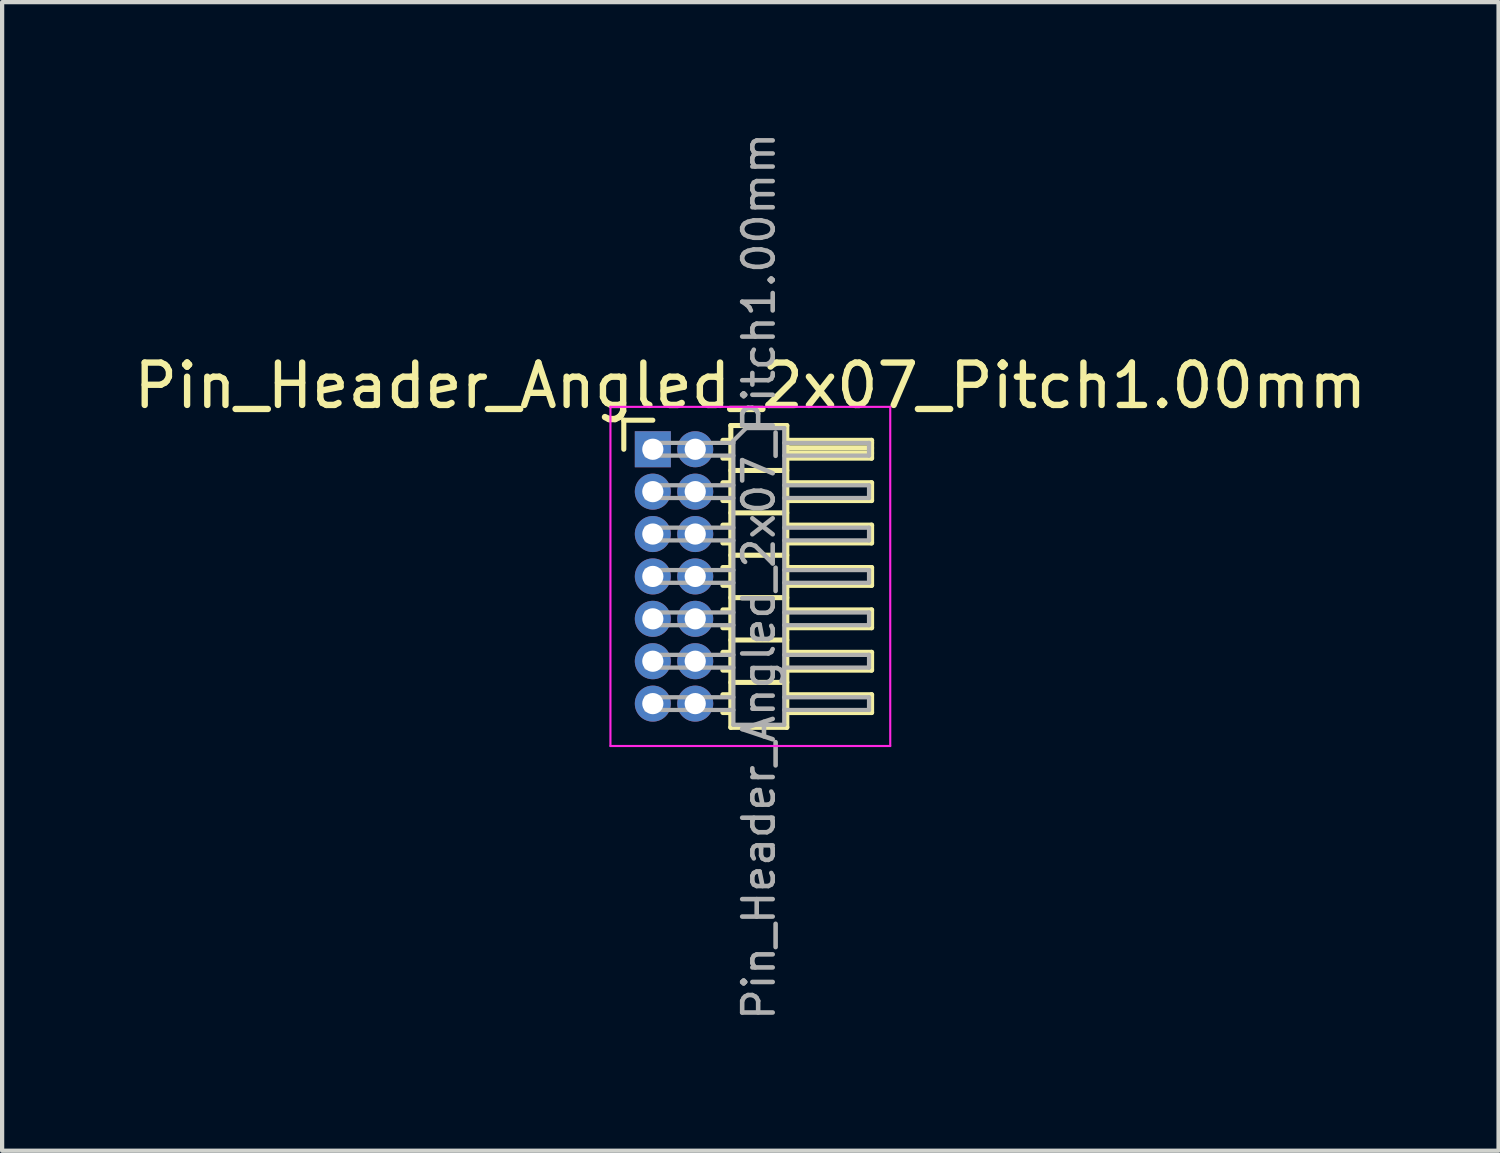
<source format=kicad_pcb>
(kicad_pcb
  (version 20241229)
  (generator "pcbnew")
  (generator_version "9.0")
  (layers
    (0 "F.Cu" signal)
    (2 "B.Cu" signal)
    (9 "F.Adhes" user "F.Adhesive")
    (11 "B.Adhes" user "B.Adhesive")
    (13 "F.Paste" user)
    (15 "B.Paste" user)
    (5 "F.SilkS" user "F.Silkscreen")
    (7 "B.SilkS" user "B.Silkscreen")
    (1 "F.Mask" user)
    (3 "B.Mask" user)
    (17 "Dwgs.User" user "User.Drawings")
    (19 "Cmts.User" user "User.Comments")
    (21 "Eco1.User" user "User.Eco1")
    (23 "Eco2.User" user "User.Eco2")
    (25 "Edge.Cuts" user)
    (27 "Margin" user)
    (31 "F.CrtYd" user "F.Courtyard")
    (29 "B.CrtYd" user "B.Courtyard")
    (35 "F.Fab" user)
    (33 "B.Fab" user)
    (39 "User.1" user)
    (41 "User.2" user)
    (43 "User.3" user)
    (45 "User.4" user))
  (footprint "Pin_Header_Angled_2x07_Pitch1.00mm"
    (layer "F.Cu")
    (at 12.349 7.547)
    (property "Reference" "Pin_Header_Angled_2x07_Pitch1.00mm" (at 2.3 -1.5 0) (layer "F.SilkS") (effects (font (size 1 1) (thickness 0.15))))
    (attr through_hole)
    (fp_line (start -0.685 -0.685) (end 0 -0.685) (stroke (width 0.12) (type solid)) (layer "F.SilkS"))
    (fp_line (start -0.685 0) (end -0.685 -0.685) (stroke (width 0.12) (type solid)) (layer "F.SilkS"))
    (fp_line (start 1.652 -0.21) (end 1.84 -0.21) (stroke (width 0.12) (type solid)) (layer "F.SilkS"))
    (fp_line (start 1.652 0.21) (end 1.84 0.21) (stroke (width 0.12) (type solid)) (layer "F.SilkS"))
    (fp_line (start 1.652 0.79) (end 1.84 0.79) (stroke (width 0.12) (type solid)) (layer "F.SilkS"))
    (fp_line (start 1.652 1.21) (end 1.84 1.21) (stroke (width 0.12) (type solid)) (layer "F.SilkS"))
    (fp_line (start 1.652 1.79) (end 1.84 1.79) (stroke (width 0.12) (type solid)) (layer "F.SilkS"))
    (fp_line (start 1.652 2.21) (end 1.84 2.21) (stroke (width 0.12) (type solid)) (layer "F.SilkS"))
    (fp_line (start 1.652 2.79) (end 1.84 2.79) (stroke (width 0.12) (type solid)) (layer "F.SilkS"))
    (fp_line (start 1.652 3.21) (end 1.84 3.21) (stroke (width 0.12) (type solid)) (layer "F.SilkS"))
    (fp_line (start 1.652 3.79) (end 1.84 3.79) (stroke (width 0.12) (type solid)) (layer "F.SilkS"))
    (fp_line (start 1.652 4.21) (end 1.84 4.21) (stroke (width 0.12) (type solid)) (layer "F.SilkS"))
    (fp_line (start 1.652 4.79) (end 1.84 4.79) (stroke (width 0.12) (type solid)) (layer "F.SilkS"))
    (fp_line (start 1.652 5.21) (end 1.84 5.21) (stroke (width 0.12) (type solid)) (layer "F.SilkS"))
    (fp_line (start 1.652 5.79) (end 1.84 5.79) (stroke (width 0.12) (type solid)) (layer "F.SilkS"))
    (fp_line (start 1.652 6.21) (end 1.84 6.21) (stroke (width 0.12) (type solid)) (layer "F.SilkS"))
    (fp_line (start 1.84 -0.56) (end 1.84 6.56) (stroke (width 0.12) (type solid)) (layer "F.SilkS"))
    (fp_line (start 1.84 0.5) (end 3.16 0.5) (stroke (width 0.12) (type solid)) (layer "F.SilkS"))
    (fp_line (start 1.84 1.5) (end 3.16 1.5) (stroke (width 0.12) (type solid)) (layer "F.SilkS"))
    (fp_line (start 1.84 2.5) (end 3.16 2.5) (stroke (width 0.12) (type solid)) (layer "F.SilkS"))
    (fp_line (start 1.84 3.5) (end 3.16 3.5) (stroke (width 0.12) (type solid)) (layer "F.SilkS"))
    (fp_line (start 1.84 4.5) (end 3.16 4.5) (stroke (width 0.12) (type solid)) (layer "F.SilkS"))
    (fp_line (start 1.84 5.5) (end 3.16 5.5) (stroke (width 0.12) (type solid)) (layer "F.SilkS"))
    (fp_line (start 1.84 6.56) (end 3.16 6.56) (stroke (width 0.12) (type solid)) (layer "F.SilkS"))
    (fp_line (start 3.16 -0.56) (end 1.84 -0.56) (stroke (width 0.12) (type solid)) (layer "F.SilkS"))
    (fp_line (start 3.16 -0.21) (end 5.16 -0.21) (stroke (width 0.12) (type solid)) (layer "F.SilkS"))
    (fp_line (start 3.16 -0.15) (end 5.16 -0.15) (stroke (width 0.12) (type solid)) (layer "F.SilkS"))
    (fp_line (start 3.16 -0.03) (end 5.16 -0.03) (stroke (width 0.12) (type solid)) (layer "F.SilkS"))
    (fp_line (start 3.16 0.09) (end 5.16 0.09) (stroke (width 0.12) (type solid)) (layer "F.SilkS"))
    (fp_line (start 3.16 0.79) (end 5.16 0.79) (stroke (width 0.12) (type solid)) (layer "F.SilkS"))
    (fp_line (start 3.16 1.79) (end 5.16 1.79) (stroke (width 0.12) (type solid)) (layer "F.SilkS"))
    (fp_line (start 3.16 2.79) (end 5.16 2.79) (stroke (width 0.12) (type solid)) (layer "F.SilkS"))
    (fp_line (start 3.16 3.79) (end 5.16 3.79) (stroke (width 0.12) (type solid)) (layer "F.SilkS"))
    (fp_line (start 3.16 4.79) (end 5.16 4.79) (stroke (width 0.12) (type solid)) (layer "F.SilkS"))
    (fp_line (start 3.16 5.79) (end 5.16 5.79) (stroke (width 0.12) (type solid)) (layer "F.SilkS"))
    (fp_line (start 3.16 6.56) (end 3.16 -0.56) (stroke (width 0.12) (type solid)) (layer "F.SilkS"))
    (fp_line (start 5.16 -0.21) (end 5.16 0.21) (stroke (width 0.12) (type solid)) (layer "F.SilkS"))
    (fp_line (start 5.16 0.21) (end 3.16 0.21) (stroke (width 0.12) (type solid)) (layer "F.SilkS"))
    (fp_line (start 5.16 0.79) (end 5.16 1.21) (stroke (width 0.12) (type solid)) (layer "F.SilkS"))
    (fp_line (start 5.16 1.21) (end 3.16 1.21) (stroke (width 0.12) (type solid)) (layer "F.SilkS"))
    (fp_line (start 5.16 1.79) (end 5.16 2.21) (stroke (width 0.12) (type solid)) (layer "F.SilkS"))
    (fp_line (start 5.16 2.21) (end 3.16 2.21) (stroke (width 0.12) (type solid)) (layer "F.SilkS"))
    (fp_line (start 5.16 2.79) (end 5.16 3.21) (stroke (width 0.12) (type solid)) (layer "F.SilkS"))
    (fp_line (start 5.16 3.21) (end 3.16 3.21) (stroke (width 0.12) (type solid)) (layer "F.SilkS"))
    (fp_line (start 5.16 3.79) (end 5.16 4.21) (stroke (width 0.12) (type solid)) (layer "F.SilkS"))
    (fp_line (start 5.16 4.21) (end 3.16 4.21) (stroke (width 0.12) (type solid)) (layer "F.SilkS"))
    (fp_line (start 5.16 4.79) (end 5.16 5.21) (stroke (width 0.12) (type solid)) (layer "F.SilkS"))
    (fp_line (start 5.16 5.21) (end 3.16 5.21) (stroke (width 0.12) (type solid)) (layer "F.SilkS"))
    (fp_line (start 5.16 5.79) (end 5.16 6.21) (stroke (width 0.12) (type solid)) (layer "F.SilkS"))
    (fp_line (start 5.16 6.21) (end 3.16 6.21) (stroke (width 0.12) (type solid)) (layer "F.SilkS"))
    (fp_line (start -1 -1) (end -1 7) (stroke (width 0.05) (type solid)) (layer "F.CrtYd"))
    (fp_line (start -1 7) (end 5.6 7) (stroke (width 0.05) (type solid)) (layer "F.CrtYd"))
    (fp_line (start 5.6 -1) (end -1 -1) (stroke (width 0.05) (type solid)) (layer "F.CrtYd"))
    (fp_line (start 5.6 7) (end 5.6 -1) (stroke (width 0.05) (type solid)) (layer "F.CrtYd"))
    (fp_line (start -0.15 -0.15) (end -0.15 0.15) (stroke (width 0.1) (type solid)) (layer "F.Fab"))
    (fp_line (start -0.15 -0.15) (end 1.9 -0.15) (stroke (width 0.1) (type solid)) (layer "F.Fab"))
    (fp_line (start -0.15 0.15) (end 1.9 0.15) (stroke (width 0.1) (type solid)) (layer "F.Fab"))
    (fp_line (start -0.15 0.85) (end -0.15 1.15) (stroke (width 0.1) (type solid)) (layer "F.Fab"))
    (fp_line (start -0.15 0.85) (end 1.9 0.85) (stroke (width 0.1) (type solid)) (layer "F.Fab"))
    (fp_line (start -0.15 1.15) (end 1.9 1.15) (stroke (width 0.1) (type solid)) (layer "F.Fab"))
    (fp_line (start -0.15 1.85) (end -0.15 2.15) (stroke (width 0.1) (type solid)) (layer "F.Fab"))
    (fp_line (start -0.15 1.85) (end 1.9 1.85) (stroke (width 0.1) (type solid)) (layer "F.Fab"))
    (fp_line (start -0.15 2.15) (end 1.9 2.15) (stroke (width 0.1) (type solid)) (layer "F.Fab"))
    (fp_line (start -0.15 2.85) (end -0.15 3.15) (stroke (width 0.1) (type solid)) (layer "F.Fab"))
    (fp_line (start -0.15 2.85) (end 1.9 2.85) (stroke (width 0.1) (type solid)) (layer "F.Fab"))
    (fp_line (start -0.15 3.15) (end 1.9 3.15) (stroke (width 0.1) (type solid)) (layer "F.Fab"))
    (fp_line (start -0.15 3.85) (end -0.15 4.15) (stroke (width 0.1) (type solid)) (layer "F.Fab"))
    (fp_line (start -0.15 3.85) (end 1.9 3.85) (stroke (width 0.1) (type solid)) (layer "F.Fab"))
    (fp_line (start -0.15 4.15) (end 1.9 4.15) (stroke (width 0.1) (type solid)) (layer "F.Fab"))
    (fp_line (start -0.15 4.85) (end -0.15 5.15) (stroke (width 0.1) (type solid)) (layer "F.Fab"))
    (fp_line (start -0.15 4.85) (end 1.9 4.85) (stroke (width 0.1) (type solid)) (layer "F.Fab"))
    (fp_line (start -0.15 5.15) (end 1.9 5.15) (stroke (width 0.1) (type solid)) (layer "F.Fab"))
    (fp_line (start -0.15 5.85) (end -0.15 6.15) (stroke (width 0.1) (type solid)) (layer "F.Fab"))
    (fp_line (start -0.15 5.85) (end 1.9 5.85) (stroke (width 0.1) (type solid)) (layer "F.Fab"))
    (fp_line (start -0.15 6.15) (end 1.9 6.15) (stroke (width 0.1) (type solid)) (layer "F.Fab"))
    (fp_line (start 1.9 -0.2) (end 2.2 -0.5) (stroke (width 0.1) (type solid)) (layer "F.Fab"))
    (fp_line (start 1.9 6.5) (end 1.9 -0.2) (stroke (width 0.1) (type solid)) (layer "F.Fab"))
    (fp_line (start 2.2 -0.5) (end 3.1 -0.5) (stroke (width 0.1) (type solid)) (layer "F.Fab"))
    (fp_line (start 3.1 -0.5) (end 3.1 6.5) (stroke (width 0.1) (type solid)) (layer "F.Fab"))
    (fp_line (start 3.1 -0.15) (end 5.1 -0.15) (stroke (width 0.1) (type solid)) (layer "F.Fab"))
    (fp_line (start 3.1 0.15) (end 5.1 0.15) (stroke (width 0.1) (type solid)) (layer "F.Fab"))
    (fp_line (start 3.1 0.85) (end 5.1 0.85) (stroke (width 0.1) (type solid)) (layer "F.Fab"))
    (fp_line (start 3.1 1.15) (end 5.1 1.15) (stroke (width 0.1) (type solid)) (layer "F.Fab"))
    (fp_line (start 3.1 1.85) (end 5.1 1.85) (stroke (width 0.1) (type solid)) (layer "F.Fab"))
    (fp_line (start 3.1 2.15) (end 5.1 2.15) (stroke (width 0.1) (type solid)) (layer "F.Fab"))
    (fp_line (start 3.1 2.85) (end 5.1 2.85) (stroke (width 0.1) (type solid)) (layer "F.Fab"))
    (fp_line (start 3.1 3.15) (end 5.1 3.15) (stroke (width 0.1) (type solid)) (layer "F.Fab"))
    (fp_line (start 3.1 3.85) (end 5.1 3.85) (stroke (width 0.1) (type solid)) (layer "F.Fab"))
    (fp_line (start 3.1 4.15) (end 5.1 4.15) (stroke (width 0.1) (type solid)) (layer "F.Fab"))
    (fp_line (start 3.1 4.85) (end 5.1 4.85) (stroke (width 0.1) (type solid)) (layer "F.Fab"))
    (fp_line (start 3.1 5.15) (end 5.1 5.15) (stroke (width 0.1) (type solid)) (layer "F.Fab"))
    (fp_line (start 3.1 5.85) (end 5.1 5.85) (stroke (width 0.1) (type solid)) (layer "F.Fab"))
    (fp_line (start 3.1 6.15) (end 5.1 6.15) (stroke (width 0.1) (type solid)) (layer "F.Fab"))
    (fp_line (start 3.1 6.5) (end 1.9 6.5) (stroke (width 0.1) (type solid)) (layer "F.Fab"))
    (fp_line (start 5.1 -0.15) (end 5.1 0.15) (stroke (width 0.1) (type solid)) (layer "F.Fab"))
    (fp_line (start 5.1 0.85) (end 5.1 1.15) (stroke (width 0.1) (type solid)) (layer "F.Fab"))
    (fp_line (start 5.1 1.85) (end 5.1 2.15) (stroke (width 0.1) (type solid)) (layer "F.Fab"))
    (fp_line (start 5.1 2.85) (end 5.1 3.15) (stroke (width 0.1) (type solid)) (layer "F.Fab"))
    (fp_line (start 5.1 3.85) (end 5.1 4.15) (stroke (width 0.1) (type solid)) (layer "F.Fab"))
    (fp_line (start 5.1 4.85) (end 5.1 5.15) (stroke (width 0.1) (type solid)) (layer "F.Fab"))
    (fp_line (start 5.1 5.85) (end 5.1 6.15) (stroke (width 0.1) (type solid)) (layer "F.Fab"))
    (fp_text user "${REFERENCE}" (at 2.5 3 90) (layer "F.Fab") (effects (font (size 0.72 0.72) (thickness 0.108))))
    (pad "1" thru_hole rect (at 0 0) (size 0.85 0.85) (drill 0.5) (layers "*.Cu" "*.Mask"))
    (pad "2" thru_hole oval (at 1 0) (size 0.85 0.85) (drill 0.5) (layers "*.Cu" "*.Mask"))
    (pad "3" thru_hole oval (at 0 1) (size 0.85 0.85) (drill 0.5) (layers "*.Cu" "*.Mask"))
    (pad "4" thru_hole oval (at 1 1) (size 0.85 0.85) (drill 0.5) (layers "*.Cu" "*.Mask"))
    (pad "5" thru_hole oval (at 0 2) (size 0.85 0.85) (drill 0.5) (layers "*.Cu" "*.Mask"))
    (pad "6" thru_hole oval (at 1 2) (size 0.85 0.85) (drill 0.5) (layers "*.Cu" "*.Mask"))
    (pad "7" thru_hole oval (at 0 3) (size 0.85 0.85) (drill 0.5) (layers "*.Cu" "*.Mask"))
    (pad "8" thru_hole oval (at 1 3) (size 0.85 0.85) (drill 0.5) (layers "*.Cu" "*.Mask"))
    (pad "9" thru_hole oval (at 0 4) (size 0.85 0.85) (drill 0.5) (layers "*.Cu" "*.Mask"))
    (pad "10" thru_hole oval (at 1 4) (size 0.85 0.85) (drill 0.5) (layers "*.Cu" "*.Mask"))
    (pad "11" thru_hole oval (at 0 5) (size 0.85 0.85) (drill 0.5) (layers "*.Cu" "*.Mask"))
    (pad "12" thru_hole oval (at 1 5) (size 0.85 0.85) (drill 0.5) (layers "*.Cu" "*.Mask"))
    (pad "13" thru_hole oval (at 0 6) (size 0.85 0.85) (drill 0.5) (layers "*.Cu" "*.Mask"))
    (pad "14" thru_hole oval (at 1 6) (size 0.85 0.85) (drill 0.5) (layers "*.Cu" "*.Mask")))
  (gr_rect
    (start -3 -3)
    (end 32.298 24.094)
    (stroke (width 0.1) (type default))
    (fill no)
    (layer "Edge.Cuts")))
</source>
